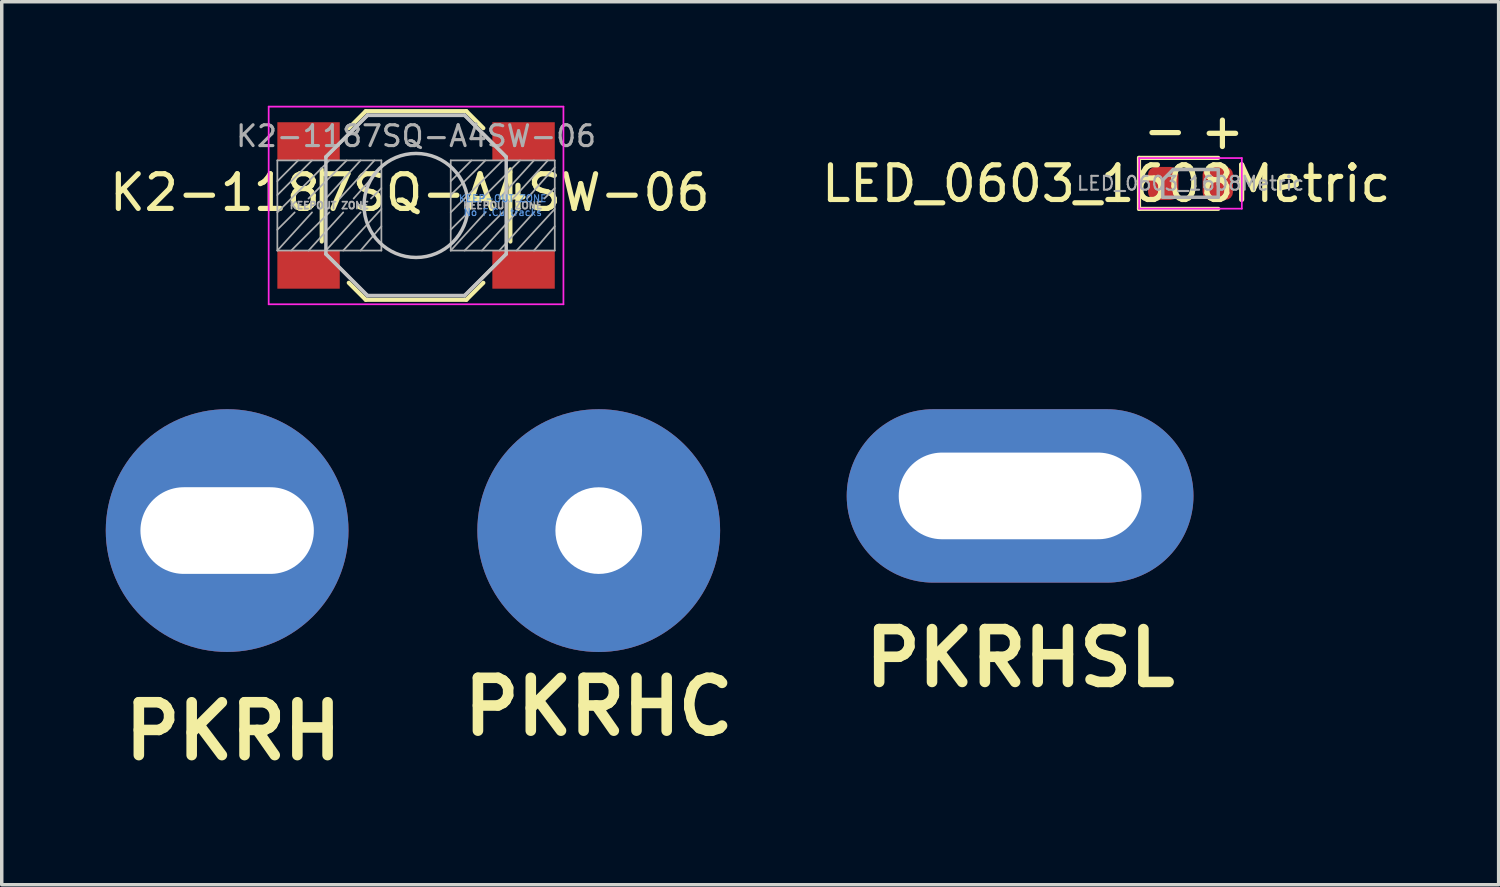
<source format=kicad_pcb>
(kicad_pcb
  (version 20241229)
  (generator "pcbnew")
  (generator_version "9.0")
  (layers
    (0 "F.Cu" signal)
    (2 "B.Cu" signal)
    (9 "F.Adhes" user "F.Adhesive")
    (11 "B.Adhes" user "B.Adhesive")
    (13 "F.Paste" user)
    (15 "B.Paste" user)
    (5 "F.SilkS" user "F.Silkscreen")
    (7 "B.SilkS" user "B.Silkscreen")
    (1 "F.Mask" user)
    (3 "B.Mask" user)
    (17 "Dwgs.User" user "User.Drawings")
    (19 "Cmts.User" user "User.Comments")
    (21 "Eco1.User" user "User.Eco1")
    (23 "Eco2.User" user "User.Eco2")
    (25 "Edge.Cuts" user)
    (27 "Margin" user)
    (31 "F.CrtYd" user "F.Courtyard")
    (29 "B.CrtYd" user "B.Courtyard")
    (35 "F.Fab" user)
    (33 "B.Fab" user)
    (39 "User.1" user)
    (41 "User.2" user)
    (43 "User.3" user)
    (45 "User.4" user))
  (footprint "LED_0603_1608Metric"
    (layer "F.Cu")
    (at 31.281 2.238)
    (property "Reference" "LED_0603_1608Metric" (at -2.43 0.01 0) (layer "F.SilkS") (effects (font (size 1 1) (thickness 0.15))))
    (attr smd)
    (fp_line (start -1.485 -0.735) (end -1.485 0.735) (stroke (width 0.12) (type solid)) (layer "F.SilkS"))
    (fp_line (start -1.485 0.735) (end 0.8 0.735) (stroke (width 0.12) (type solid)) (layer "F.SilkS"))
    (fp_line (start 0.8 -0.735) (end -1.485 -0.735) (stroke (width 0.12) (type solid)) (layer "F.SilkS"))
    (fp_line (start -1.48 -0.73) (end 1.48 -0.73) (stroke (width 0.05) (type solid)) (layer "F.CrtYd"))
    (fp_line (start -1.48 0.73) (end -1.48 -0.73) (stroke (width 0.05) (type solid)) (layer "F.CrtYd"))
    (fp_line (start 1.48 -0.73) (end 1.48 0.73) (stroke (width 0.05) (type solid)) (layer "F.CrtYd"))
    (fp_line (start 1.48 0.73) (end -1.48 0.73) (stroke (width 0.05) (type solid)) (layer "F.CrtYd"))
    (fp_line (start -0.8 -0.1) (end -0.8 0.4) (stroke (width 0.1) (type solid)) (layer "F.Fab"))
    (fp_line (start -0.8 0.4) (end 0.8 0.4) (stroke (width 0.1) (type solid)) (layer "F.Fab"))
    (fp_line (start -0.5 -0.4) (end -0.8 -0.1) (stroke (width 0.1) (type solid)) (layer "F.Fab"))
    (fp_line (start 0.8 -0.4) (end -0.5 -0.4) (stroke (width 0.1) (type solid)) (layer "F.Fab"))
    (fp_line (start 0.8 0.4) (end 0.8 -0.4) (stroke (width 0.1) (type solid)) (layer "F.Fab"))
    (fp_text user "+" (at 0.92 -1.37 180) (unlocked yes) (layer "F.SilkS") (effects (font (size 1 1) (thickness 0.15))))
    (fp_text user "-" (at -0.73 -1.39 180) (unlocked yes) (layer "F.SilkS") (effects (font (size 1 1) (thickness 0.15))))
    (fp_text user "${REFERENCE}" (at 0 0 0) (layer "F.Fab") (effects (font (size 0.4 0.4) (thickness 0.06))))
    (pad "1" smd roundrect (at -0.787 0 180) (size 0.875 0.95) (layers "F.Cu" "F.Mask" "F.Paste") (roundrect_rratio 0.25))
    (pad "2" smd roundrect (at 0.787 0 180) (size 0.875 0.95) (layers "F.Cu" "F.Mask" "F.Paste") (roundrect_rratio 0.25)))
  (footprint "PKRHC"
    (layer "F.Cu")
    (at 14.216 12.251)
    (property "Reference" "PKRHC" (at 0 5.08 0) (layer "F.SilkS") (effects (font (size 1.524 1.524) (thickness 0.305))))
    (attr exclude_from_pos_files exclude_from_bom)
    (pad "1" thru_hole circle (at 0 0) (size 7.001 7.001) (drill 2.499) (layers "*.Cu" "*.Mask")))
  (footprint "PKRH"
    (layer "F.Cu")
    (at 3.5 12.25)
    (property "Reference" "PKRH" (at 0.175 5.786 0) (layer "F.SilkS") (effects (font (size 1.524 1.524) (thickness 0.305))))
    (attr exclude_from_pos_files exclude_from_bom)
    (pad "1" thru_hole circle (at 0 0) (size 7 7) (drill oval 5.001 2.499) (layers "*.Cu" "*.Mask")))
  (footprint "PKRHSL"
    (layer "F.Cu")
    (at 26.367 11.251)
    (property "Reference" "PKRHSL" (at 0 4.675 0) (layer "F.SilkS") (effects (font (size 1.524 1.524) (thickness 0.305))))
    (attr exclude_from_pos_files exclude_from_bom)
    (pad "1" thru_hole oval (at 0 0) (size 10 5.001) (drill oval 7 2.499) (layers "*.Cu" "*.Mask")))
  (footprint "K2-1187SQ-A4SW-06"
    (layer "F.Cu")
    (at 8.948 2.875)
    (property "Reference" "K2-1187SQ-A4SW-06" (at -0.18 -0.37 0) (layer "F.SilkS") (effects (font (size 1 1) (thickness 0.15))))
    (attr smd)
    (fp_line (start -2.72 1.04) (end -2.72 -1.04) (stroke (width 0.12) (type solid)) (layer "F.SilkS"))
    (fp_line (start -1.45 -2.72) (end -1.94 -2.23) (stroke (width 0.12) (type solid)) (layer "F.SilkS"))
    (fp_line (start -1.45 -2.72) (end 1.45 -2.72) (stroke (width 0.12) (type solid)) (layer "F.SilkS"))
    (fp_line (start -1.45 2.72) (end -1.94 2.23) (stroke (width 0.12) (type solid)) (layer "F.SilkS"))
    (fp_line (start -1.45 2.72) (end 1.45 2.72) (stroke (width 0.12) (type solid)) (layer "F.SilkS"))
    (fp_line (start 1.45 -2.72) (end 1.94 -2.23) (stroke (width 0.12) (type solid)) (layer "F.SilkS"))
    (fp_line (start 1.45 2.72) (end 1.94 2.23) (stroke (width 0.12) (type solid)) (layer "F.SilkS"))
    (fp_line (start 2.72 1.04) (end 2.72 -1.04) (stroke (width 0.12) (type solid)) (layer "F.SilkS"))
    (fp_line (start -2.6 -1.4) (end -1.4 -2.6) (stroke (width 0.1) (type solid)) (layer "Dwgs.User"))
    (fp_line (start -2.6 1.4) (end -2.6 -1.4) (stroke (width 0.1) (type solid)) (layer "Dwgs.User"))
    (fp_line (start -1.4 -2.6) (end 1.4 -2.6) (stroke (width 0.1) (type solid)) (layer "Dwgs.User"))
    (fp_line (start -1.4 2.6) (end -2.6 1.4) (stroke (width 0.1) (type solid)) (layer "Dwgs.User"))
    (fp_line (start 1.4 -2.6) (end 2.6 -1.4) (stroke (width 0.1) (type solid)) (layer "Dwgs.User"))
    (fp_line (start 1.4 2.6) (end -1.4 2.6) (stroke (width 0.1) (type solid)) (layer "Dwgs.User"))
    (fp_line (start 2.6 -1.4) (end 2.6 1.4) (stroke (width 0.1) (type solid)) (layer "Dwgs.User"))
    (fp_line (start 2.6 1.4) (end 1.4 2.6) (stroke (width 0.1) (type solid)) (layer "Dwgs.User"))
    (fp_circle (center 0 0) (end 1.5 0) (stroke (width 0.1) (type solid)) (fill no) (layer "Dwgs.User"))
    (fp_line (start -4.25 -2.85) (end -4.25 2.85) (stroke (width 0.05) (type solid)) (layer "F.CrtYd"))
    (fp_line (start -4.25 2.85) (end 4.25 2.85) (stroke (width 0.05) (type solid)) (layer "F.CrtYd"))
    (fp_line (start 4.25 -2.85) (end -4.25 -2.85) (stroke (width 0.05) (type solid)) (layer "F.CrtYd"))
    (fp_line (start 4.25 2.85) (end 4.25 -2.85) (stroke (width 0.05) (type solid)) (layer "F.CrtYd"))
    (fp_line (start -4 -1.3) (end -1 -1.3) (stroke (width 0.05) (type solid)) (layer "F.Fab"))
    (fp_line (start -4 -0.7) (end -3.4 -1.3) (stroke (width 0.05) (type solid)) (layer "F.Fab"))
    (fp_line (start -4 -0.3) (end -3 -1.3) (stroke (width 0.05) (type solid)) (layer "F.Fab"))
    (fp_line (start -4 0.2) (end -2.5 -1.3) (stroke (width 0.05) (type solid)) (layer "F.Fab"))
    (fp_line (start -4 0.7) (end -3.5 0.2) (stroke (width 0.05) (type solid)) (layer "F.Fab"))
    (fp_line (start -4 1.3) (end -4 -1.3) (stroke (width 0.05) (type solid)) (layer "F.Fab"))
    (fp_line (start -4 1.3) (end -3 0.2) (stroke (width 0.05) (type solid)) (layer "F.Fab"))
    (fp_line (start -3.1 1.3) (end -2.1 0.2) (stroke (width 0.05) (type solid)) (layer "F.Fab"))
    (fp_line (start -2.6 -1.4) (end -1.4 -2.6) (stroke (width 0.1) (type solid)) (layer "F.Fab"))
    (fp_line (start -2.6 1.3) (end -1.6 0.2) (stroke (width 0.05) (type solid)) (layer "F.Fab"))
    (fp_line (start -2.5 0.2) (end -3.6 1.3) (stroke (width 0.05) (type solid)) (layer "F.Fab"))
    (fp_line (start -2.2 -0.2) (end -1.2 -1.3) (stroke (width 0.05) (type solid)) (layer "F.Fab"))
    (fp_line (start -2.1 1.3) (end -1 0.1) (stroke (width 0.05) (type solid)) (layer "F.Fab"))
    (fp_line (start -2 -1.3) (end -3.1 -0.2) (stroke (width 0.05) (type solid)) (layer "F.Fab"))
    (fp_line (start -1.6 -1.3) (end -2.6 -0.2) (stroke (width 0.05) (type solid)) (layer "F.Fab"))
    (fp_line (start -1.403 2.597) (end -2.603 1.397) (stroke (width 0.1) (type solid)) (layer "F.Fab"))
    (fp_line (start -1.4 -2.6) (end 1.4 -2.6) (stroke (width 0.1) (type solid)) (layer "F.Fab"))
    (fp_line (start -1 -1.3) (end -1 1.3) (stroke (width 0.05) (type solid)) (layer "F.Fab"))
    (fp_line (start -1 -1.1) (end -1.8 -0.2) (stroke (width 0.05) (type solid)) (layer "F.Fab"))
    (fp_line (start -1 -0.5) (end -1.3 -0.2) (stroke (width 0.05) (type solid)) (layer "F.Fab"))
    (fp_line (start -1 0.6) (end -1.6 1.3) (stroke (width 0.05) (type solid)) (layer "F.Fab"))
    (fp_line (start -1 1.3) (end -4 1.3) (stroke (width 0.05) (type solid)) (layer "F.Fab"))
    (fp_line (start 1 -1.3) (end 4 -1.3) (stroke (width 0.05) (type solid)) (layer "F.Fab"))
    (fp_line (start 1 -0.7) (end 1.6 -1.3) (stroke (width 0.05) (type solid)) (layer "F.Fab"))
    (fp_line (start 1 -0.3) (end 2 -1.3) (stroke (width 0.05) (type solid)) (layer "F.Fab"))
    (fp_line (start 1 0.2) (end 2.5 -1.3) (stroke (width 0.05) (type solid)) (layer "F.Fab"))
    (fp_line (start 1 0.7) (end 1.5 0.2) (stroke (width 0.05) (type solid)) (layer "F.Fab"))
    (fp_line (start 1 1.3) (end 1 -1.3) (stroke (width 0.05) (type solid)) (layer "F.Fab"))
    (fp_line (start 1 1.3) (end 2 0.2) (stroke (width 0.05) (type solid)) (layer "F.Fab"))
    (fp_line (start 1.4 -2.6) (end 2.6 -1.4) (stroke (width 0.1) (type solid)) (layer "F.Fab"))
    (fp_line (start 1.4 2.6) (end -1.4 2.6) (stroke (width 0.1) (type solid)) (layer "F.Fab"))
    (fp_line (start 1.9 1.3) (end 2.9 0.2) (stroke (width 0.05) (type solid)) (layer "F.Fab"))
    (fp_line (start 2.4 1.3) (end 3.4 0.2) (stroke (width 0.05) (type solid)) (layer "F.Fab"))
    (fp_line (start 2.5 0.2) (end 1.4 1.3) (stroke (width 0.05) (type solid)) (layer "F.Fab"))
    (fp_line (start 2.597 1.4) (end 1.397 2.6) (stroke (width 0.1) (type solid)) (layer "F.Fab"))
    (fp_line (start 2.8 -0.2) (end 3.8 -1.3) (stroke (width 0.05) (type solid)) (layer "F.Fab"))
    (fp_line (start 2.9 1.3) (end 4 0.1) (stroke (width 0.05) (type solid)) (layer "F.Fab"))
    (fp_line (start 3 -1.3) (end 1.9 -0.2) (stroke (width 0.05) (type solid)) (layer "F.Fab"))
    (fp_line (start 3.4 -1.3) (end 2.4 -0.2) (stroke (width 0.05) (type solid)) (layer "F.Fab"))
    (fp_line (start 4 -1.3) (end 4 1.3) (stroke (width 0.05) (type solid)) (layer "F.Fab"))
    (fp_line (start 4 -1.1) (end 3.2 -0.2) (stroke (width 0.05) (type solid)) (layer "F.Fab"))
    (fp_line (start 4 -0.5) (end 3.7 -0.2) (stroke (width 0.05) (type solid)) (layer "F.Fab"))
    (fp_line (start 4 0.6) (end 3.4 1.3) (stroke (width 0.05) (type solid)) (layer "F.Fab"))
    (fp_line (start 4 1.3) (end 1 1.3) (stroke (width 0.05) (type solid)) (layer "F.Fab"))
    (fp_text user "KEEP-OUT ZONE" (at 2.5 -0.2 0) (layer "Cmts.User") (effects (font (size 0.2 0.2) (thickness 0.03))))
    (fp_text user "No F.Cu tracks" (at 2.5 0.2 0) (layer "Cmts.User") (effects (font (size 0.2 0.2) (thickness 0.03))))
    (fp_text user "KEEPOUT ZONE" (at 2.5 0 0) (layer "F.Fab") (effects (font (size 0.2 0.2) (thickness 0.05))))
    (fp_text user "${REFERENCE}" (at 0 -2 0) (layer "F.Fab") (effects (font (size 0.6 0.6) (thickness 0.09))))
    (fp_text user "KEEPOUT ZONE" (at -2.5 0 0) (layer "F.Fab") (effects (font (size 0.2 0.2) (thickness 0.05))))
    (pad "1" smd rect (at -3.1 -1.85) (size 1.8 1.1) (layers "F.Cu" "F.Mask" "F.Paste"))
    (pad "1" smd rect (at 3.1 -1.85) (size 1.8 1.1) (layers "F.Cu" "F.Mask" "F.Paste"))
    (pad "2" smd rect (at -3.1 1.85) (size 1.8 1.1) (layers "F.Cu" "F.Mask" "F.Paste"))
    (pad "2" smd rect (at 3.1 1.85) (size 1.8 1.1) (layers "F.Cu" "F.Mask" "F.Paste")))
  (gr_rect
    (start -3 -3)
    (end 40.167 22.463)
    (stroke (width 0.1) (type default))
    (fill no)
    (layer "Edge.Cuts")))
</source>
